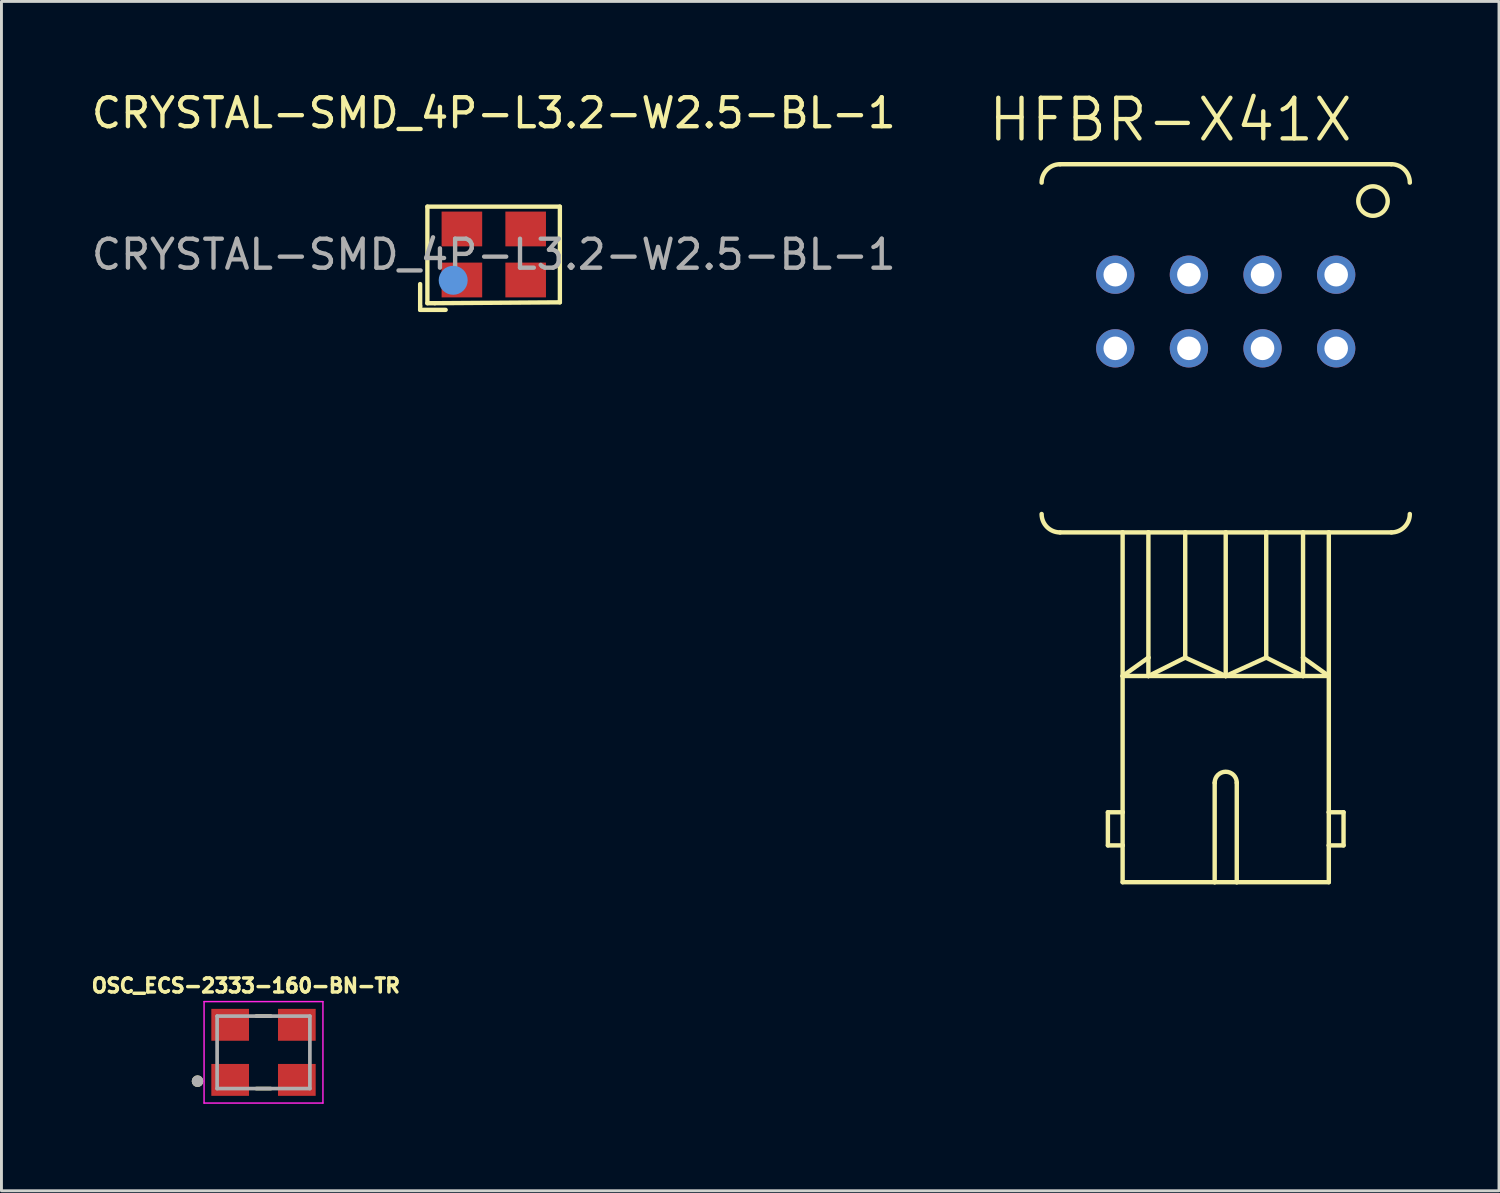
<source format=kicad_pcb>
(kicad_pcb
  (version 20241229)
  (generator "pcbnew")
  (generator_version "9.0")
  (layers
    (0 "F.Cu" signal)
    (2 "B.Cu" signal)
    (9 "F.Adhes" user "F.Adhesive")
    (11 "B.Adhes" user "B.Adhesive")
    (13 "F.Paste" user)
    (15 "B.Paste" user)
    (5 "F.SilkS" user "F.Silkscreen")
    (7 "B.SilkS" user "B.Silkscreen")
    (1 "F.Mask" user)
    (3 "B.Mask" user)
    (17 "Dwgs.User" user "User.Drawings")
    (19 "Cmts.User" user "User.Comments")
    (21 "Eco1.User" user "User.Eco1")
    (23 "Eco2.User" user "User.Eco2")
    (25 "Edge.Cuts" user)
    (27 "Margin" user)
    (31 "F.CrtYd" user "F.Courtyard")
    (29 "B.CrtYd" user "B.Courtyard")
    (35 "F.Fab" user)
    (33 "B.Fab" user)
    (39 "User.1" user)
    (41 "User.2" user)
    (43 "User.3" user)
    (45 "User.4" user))
  (footprint "HFBR-X41X"
    (layer "F.Cu")
    (at 39.229 8.965)
    (property "Reference" "HFBR-X41X" (at -1.907 -7.882 0) (layer "F.SilkS") (effects (font (size 1.401 1.401) (thickness 0.15))))
    (attr through_hole)
    (fp_line (start -5.715 -6.35) (end 5.715 -6.35) (stroke (width 0.152) (type solid)) (layer "F.SilkS"))
    (fp_line (start -4.064 16.002) (end -4.064 17.145) (stroke (width 0.152) (type solid)) (layer "F.SilkS"))
    (fp_line (start -4.064 17.145) (end -3.556 17.145) (stroke (width 0.152) (type solid)) (layer "F.SilkS"))
    (fp_line (start -3.556 6.35) (end -5.715 6.35) (stroke (width 0.152) (type solid)) (layer "F.SilkS"))
    (fp_line (start -3.556 11.303) (end -3.556 6.35) (stroke (width 0.152) (type solid)) (layer "F.SilkS"))
    (fp_line (start -3.556 11.303) (end -2.667 10.668) (stroke (width 0.152) (type solid)) (layer "F.SilkS"))
    (fp_line (start -3.556 11.303) (end -2.667 11.303) (stroke (width 0.152) (type solid)) (layer "F.SilkS"))
    (fp_line (start -3.556 16.002) (end -4.064 16.002) (stroke (width 0.152) (type solid)) (layer "F.SilkS"))
    (fp_line (start -3.556 16.002) (end -3.556 11.303) (stroke (width 0.152) (type solid)) (layer "F.SilkS"))
    (fp_line (start -3.556 17.145) (end -3.556 16.002) (stroke (width 0.152) (type solid)) (layer "F.SilkS"))
    (fp_line (start -3.556 18.415) (end -3.556 17.145) (stroke (width 0.152) (type solid)) (layer "F.SilkS"))
    (fp_line (start -2.667 6.35) (end -3.556 6.35) (stroke (width 0.152) (type solid)) (layer "F.SilkS"))
    (fp_line (start -2.667 10.668) (end -2.667 6.35) (stroke (width 0.152) (type solid)) (layer "F.SilkS"))
    (fp_line (start -2.667 11.303) (end -2.667 10.668) (stroke (width 0.152) (type solid)) (layer "F.SilkS"))
    (fp_line (start -2.667 11.303) (end -1.397 10.668) (stroke (width 0.152) (type solid)) (layer "F.SilkS"))
    (fp_line (start -2.667 11.303) (end 0 11.303) (stroke (width 0.152) (type solid)) (layer "F.SilkS"))
    (fp_line (start -1.397 6.35) (end -2.667 6.35) (stroke (width 0.152) (type solid)) (layer "F.SilkS"))
    (fp_line (start -1.397 10.668) (end -1.397 6.35) (stroke (width 0.152) (type solid)) (layer "F.SilkS"))
    (fp_line (start -1.397 10.668) (end 0 11.303) (stroke (width 0.152) (type solid)) (layer "F.SilkS"))
    (fp_line (start -0.381 18.415) (end -3.556 18.415) (stroke (width 0.152) (type solid)) (layer "F.SilkS"))
    (fp_line (start -0.381 18.415) (end -0.381 14.986) (stroke (width 0.152) (type solid)) (layer "F.SilkS"))
    (fp_line (start 0 6.35) (end -1.397 6.35) (stroke (width 0.152) (type solid)) (layer "F.SilkS"))
    (fp_line (start 0 11.303) (end 0 6.35) (stroke (width 0.152) (type solid)) (layer "F.SilkS"))
    (fp_line (start 0 11.303) (end 2.667 11.303) (stroke (width 0.152) (type solid)) (layer "F.SilkS"))
    (fp_line (start 0.381 18.415) (end -0.381 18.415) (stroke (width 0.152) (type solid)) (layer "F.SilkS"))
    (fp_line (start 0.381 18.415) (end 0.381 14.986) (stroke (width 0.152) (type solid)) (layer "F.SilkS"))
    (fp_line (start 1.397 6.35) (end 0 6.35) (stroke (width 0.152) (type solid)) (layer "F.SilkS"))
    (fp_line (start 1.397 10.668) (end 0 11.303) (stroke (width 0.152) (type solid)) (layer "F.SilkS"))
    (fp_line (start 1.397 10.668) (end 1.397 6.35) (stroke (width 0.152) (type solid)) (layer "F.SilkS"))
    (fp_line (start 2.667 6.35) (end 1.397 6.35) (stroke (width 0.152) (type solid)) (layer "F.SilkS"))
    (fp_line (start 2.667 10.668) (end 2.667 6.35) (stroke (width 0.152) (type solid)) (layer "F.SilkS"))
    (fp_line (start 2.667 11.303) (end 1.397 10.668) (stroke (width 0.152) (type solid)) (layer "F.SilkS"))
    (fp_line (start 2.667 11.303) (end 2.667 10.668) (stroke (width 0.152) (type solid)) (layer "F.SilkS"))
    (fp_line (start 2.667 11.303) (end 3.556 11.303) (stroke (width 0.152) (type solid)) (layer "F.SilkS"))
    (fp_line (start 3.556 6.35) (end 2.667 6.35) (stroke (width 0.152) (type solid)) (layer "F.SilkS"))
    (fp_line (start 3.556 11.303) (end 2.667 10.668) (stroke (width 0.152) (type solid)) (layer "F.SilkS"))
    (fp_line (start 3.556 11.303) (end 3.556 6.35) (stroke (width 0.152) (type solid)) (layer "F.SilkS"))
    (fp_line (start 3.556 16.002) (end 3.556 11.303) (stroke (width 0.152) (type solid)) (layer "F.SilkS"))
    (fp_line (start 3.556 16.002) (end 4.064 16.002) (stroke (width 0.152) (type solid)) (layer "F.SilkS"))
    (fp_line (start 3.556 17.145) (end 3.556 16.002) (stroke (width 0.152) (type solid)) (layer "F.SilkS"))
    (fp_line (start 3.556 18.415) (end 0.381 18.415) (stroke (width 0.152) (type solid)) (layer "F.SilkS"))
    (fp_line (start 3.556 18.415) (end 3.556 17.145) (stroke (width 0.152) (type solid)) (layer "F.SilkS"))
    (fp_line (start 4.064 16.002) (end 4.064 17.145) (stroke (width 0.152) (type solid)) (layer "F.SilkS"))
    (fp_line (start 4.064 17.145) (end 3.556 17.145) (stroke (width 0.152) (type solid)) (layer "F.SilkS"))
    (fp_line (start 5.715 6.35) (end 3.556 6.35) (stroke (width 0.152) (type solid)) (layer "F.SilkS"))
    (fp_arc (start -6.35 -5.715) (mid -6.164013 -6.164013) (end -5.715 -6.35) (stroke (width 0.1524) (type solid)) (layer "F.SilkS"))
    (fp_arc (start -5.715 6.35) (mid -6.164013 6.164013) (end -6.35 5.715) (stroke (width 0.1524) (type solid)) (layer "F.SilkS"))
    (fp_arc (start -0.381 14.986) (mid 0 14.605) (end 0.381 14.986) (stroke (width 0.1524) (type solid)) (layer "F.SilkS"))
    (fp_arc (start 5.715 -6.35) (mid 6.164013 -6.164013) (end 6.35 -5.715) (stroke (width 0.1524) (type solid)) (layer "F.SilkS"))
    (fp_arc (start 6.35 5.715) (mid 6.164013 6.164013) (end 5.715 6.35) (stroke (width 0.1524) (type solid)) (layer "F.SilkS"))
    (fp_circle (center 5.08 -5.08) (end 5.588 -5.08) (stroke (width 0.152) (type solid)) (fill no) (layer "F.SilkS"))
    (pad "1" thru_hole circle (at 3.81 -2.54) (size 1.321 1.321) (drill 0.813) (layers "*.Cu" "*.Mask"))
    (pad "2" thru_hole circle (at 1.27 -2.54) (size 1.321 1.321) (drill 0.813) (layers "*.Cu" "*.Mask"))
    (pad "3" thru_hole circle (at -1.27 -2.54) (size 1.321 1.321) (drill 0.813) (layers "*.Cu" "*.Mask"))
    (pad "4" thru_hole circle (at -3.81 -2.54) (size 1.321 1.321) (drill 0.813) (layers "*.Cu" "*.Mask"))
    (pad "5" thru_hole circle (at -3.81 0) (size 1.321 1.321) (drill 0.813) (layers "*.Cu" "*.Mask"))
    (pad "6" thru_hole circle (at -1.27 0) (size 1.321 1.321) (drill 0.813) (layers "*.Cu" "*.Mask"))
    (pad "7" thru_hole circle (at 1.27 0) (size 1.321 1.321) (drill 0.813) (layers "*.Cu" "*.Mask"))
    (pad "8" thru_hole circle (at 3.81 0) (size 1.321 1.321) (drill 0.813) (layers "*.Cu" "*.Mask")))
  (footprint "OSC_ECS-2333-160-BN-TR"
    (layer "F.Cu")
    (at 6.039 33.249)
    (property "Reference" "OSC_ECS-2333-160-BN-TR" (at -0.61 -2.301 0) (layer "F.SilkS") (effects (font (size 0.481 0.481) (thickness 0.15))))
    (attr smd)
    (fp_line (start -0.25 -1.25) (end 0.25 -1.25) (stroke (width 0.127) (type solid)) (layer "F.SilkS"))
    (fp_line (start -0.25 1.25) (end 0.25 1.25) (stroke (width 0.127) (type solid)) (layer "F.SilkS"))
    (fp_circle (center -2.275 0.994) (end -2.175 0.994) (stroke (width 0.2) (type solid)) (fill no) (layer "F.SilkS"))
    (fp_line (start -2.05 -1.75) (end 2.05 -1.75) (stroke (width 0.05) (type solid)) (layer "F.CrtYd"))
    (fp_line (start -2.05 1.75) (end -2.05 -1.75) (stroke (width 0.05) (type solid)) (layer "F.CrtYd"))
    (fp_line (start 2.05 -1.75) (end 2.05 1.75) (stroke (width 0.05) (type solid)) (layer "F.CrtYd"))
    (fp_line (start 2.05 1.75) (end -2.05 1.75) (stroke (width 0.05) (type solid)) (layer "F.CrtYd"))
    (fp_line (start -1.6 -1.25) (end 1.6 -1.25) (stroke (width 0.127) (type solid)) (layer "F.Fab"))
    (fp_line (start -1.6 1.25) (end -1.6 -1.25) (stroke (width 0.127) (type solid)) (layer "F.Fab"))
    (fp_line (start 1.6 -1.25) (end 1.6 1.25) (stroke (width 0.127) (type solid)) (layer "F.Fab"))
    (fp_line (start 1.6 1.25) (end -1.6 1.25) (stroke (width 0.127) (type solid)) (layer "F.Fab"))
    (fp_circle (center -2.275 0.994) (end -2.175 0.994) (stroke (width 0.2) (type solid)) (fill no) (layer "F.Fab"))
    (pad "1" smd rect (at -1.15 0.95 90) (size 1.1 1.3) (layers "F.Cu" "F.Mask" "F.Paste"))
    (pad "2" smd rect (at 1.15 0.95 90) (size 1.1 1.3) (layers "F.Cu" "F.Mask" "F.Paste"))
    (pad "3" smd rect (at 1.15 -0.95 90) (size 1.1 1.3) (layers "F.Cu" "F.Mask" "F.Paste"))
    (pad "4" smd rect (at -1.15 -0.95 90) (size 1.1 1.3) (layers "F.Cu" "F.Mask" "F.Paste")))
  (footprint "CRYSTAL-SMD_4P-L3.2-W2.5-BL-1"
    (layer "F.Cu")
    (at 13.982 5.728)
    (property "Reference" "CRYSTAL-SMD_4P-L3.2-W2.5-BL-1" (at 0 -4.88 0) (layer "F.SilkS") (effects (font (size 1 1) (thickness 0.15))))
    (attr smd)
    (fp_line (start -2.54 1.02) (end -2.54 1.78) (stroke (width 0.15) (type solid)) (layer "F.SilkS"))
    (fp_line (start -2.54 1.78) (end -2.54 1.91) (stroke (width 0.15) (type solid)) (layer "F.SilkS"))
    (fp_line (start -2.54 1.91) (end -1.66 1.91) (stroke (width 0.15) (type solid)) (layer "F.SilkS"))
    (fp_line (start -2.29 -1.65) (end 2.28 -1.65) (stroke (width 0.15) (type solid)) (layer "F.SilkS"))
    (fp_line (start -2.29 1.68) (end -2.29 -1.65) (stroke (width 0.15) (type solid)) (layer "F.SilkS"))
    (fp_line (start -2.03 1.68) (end -2.29 1.68) (stroke (width 0.15) (type solid)) (layer "F.SilkS"))
    (fp_line (start 2.28 -1.65) (end 2.28 0) (stroke (width 0.15) (type solid)) (layer "F.SilkS"))
    (fp_line (start 2.28 0) (end 2.28 1.65) (stroke (width 0.15) (type solid)) (layer "F.SilkS"))
    (fp_line (start 2.28 1.65) (end -2.03 1.68) (stroke (width 0.15) (type solid)) (layer "F.SilkS"))
    (fp_circle (center -1.4 0.89) (end -1.15 0.89) (stroke (width 0.5) (type solid)) (fill no) (layer "Cmts.User"))
    (fp_circle (center -1.6 1.25) (end -1.57 1.25) (stroke (width 0.06) (type solid)) (fill no) (layer "F.Fab"))
    (fp_text user "${REFERENCE}" (at 0 0 0) (layer "F.Fab") (effects (font (size 1 1) (thickness 0.15))))
    (pad "1" smd rect (at -1.1 0.88) (size 1.4 1.2) (layers "F.Cu" "F.Mask" "F.Paste"))
    (pad "2" smd rect (at 1.1 0.88) (size 1.4 1.2) (layers "F.Cu" "F.Mask" "F.Paste"))
    (pad "3" smd rect (at 1.1 -0.88) (size 1.4 1.2) (layers "F.Cu" "F.Mask" "F.Paste"))
    (pad "4" smd rect (at -1.1 -0.88) (size 1.4 1.2) (layers "F.Cu" "F.Mask" "F.Paste")))
  (gr_rect
    (start -3 -3)
    (end 48.655 38.024)
    (stroke (width 0.1) (type default))
    (fill no)
    (layer "Edge.Cuts")))
</source>
